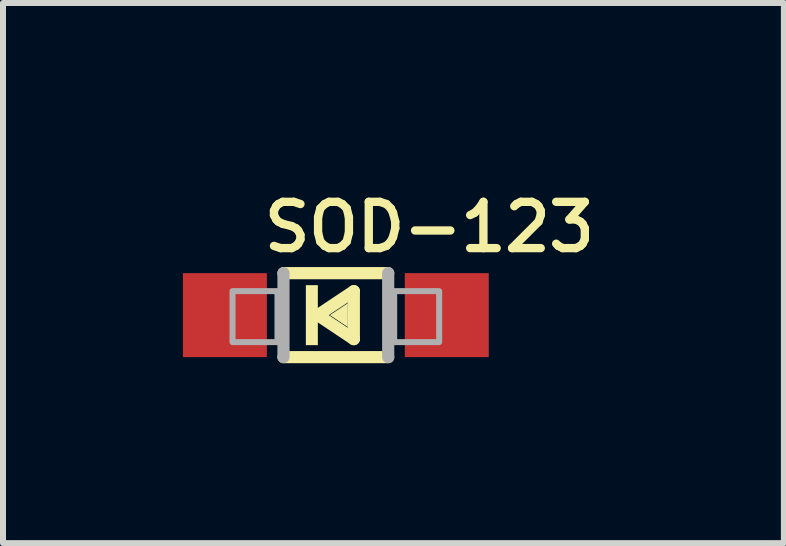
<source format=kicad_pcb>
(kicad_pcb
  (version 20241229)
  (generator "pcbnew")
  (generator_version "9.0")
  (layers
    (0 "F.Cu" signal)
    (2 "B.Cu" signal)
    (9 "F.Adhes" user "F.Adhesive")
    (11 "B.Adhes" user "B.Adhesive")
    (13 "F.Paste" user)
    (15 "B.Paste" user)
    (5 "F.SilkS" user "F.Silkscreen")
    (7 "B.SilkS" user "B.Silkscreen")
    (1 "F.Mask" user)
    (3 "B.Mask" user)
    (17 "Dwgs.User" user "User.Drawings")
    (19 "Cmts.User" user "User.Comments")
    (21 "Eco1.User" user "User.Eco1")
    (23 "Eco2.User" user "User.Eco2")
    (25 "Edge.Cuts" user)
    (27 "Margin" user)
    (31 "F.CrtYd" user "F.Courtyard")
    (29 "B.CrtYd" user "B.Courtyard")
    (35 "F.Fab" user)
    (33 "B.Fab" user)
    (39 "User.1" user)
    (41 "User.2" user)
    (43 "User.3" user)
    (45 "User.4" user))
  (footprint "SOD-123"
    (layer "F.Cu")
    (at 2.55 2.205)
    (property "Reference" "SOD-123" (at -1.27 -1.016 180) (layer "F.SilkS") (effects (font (size 0.772 0.772) (thickness 0.139)) (justify left bottom)))
    (attr through_hole)
    (fp_line (start -0.873 -0.7) (end 0.873 -0.7) (stroke (width 0.203) (type solid)) (layer "F.SilkS"))
    (fp_line (start -0.3 0) (end 0.3 -0.4) (stroke (width 0.203) (type solid)) (layer "F.SilkS"))
    (fp_line (start 0.3 -0.4) (end 0.3 0.4) (stroke (width 0.203) (type solid)) (layer "F.SilkS"))
    (fp_line (start 0.3 0.4) (end -0.3 0) (stroke (width 0.203) (type solid)) (layer "F.SilkS"))
    (fp_line (start 0.873 0.7) (end -0.873 0.7) (stroke (width 0.203) (type solid)) (layer "F.SilkS"))
    (fp_poly (pts (xy -0.1 0) (xy 0.2 -0.2) (xy 0.2 0.2)) (stroke (width 0) (type solid)) (fill yes) (layer "F.SilkS"))
    (fp_poly (pts (xy -0.5 0.5) (xy -0.3 0.5) (xy -0.3 -0.5) (xy -0.5 -0.5)) (stroke (width 0) (type solid)) (fill yes) (layer "F.SilkS"))
    (fp_line (start -0.873 0.7) (end -0.873 -0.7) (stroke (width 0.203) (type solid)) (layer "F.Fab"))
    (fp_line (start 0.873 -0.7) (end 0.873 0.7) (stroke (width 0.203) (type solid)) (layer "F.Fab"))
    (fp_poly (pts (xy -1.723 0.45) (xy -0.973 0.45) (xy -0.973 -0.4) (xy -1.723 -0.4)) (stroke (width 0.1) (type solid)) (fill no) (layer "F.Fab"))
    (fp_poly (pts (xy 0.973 0.45) (xy 1.723 0.45) (xy 1.723 -0.4) (xy 0.973 -0.4)) (stroke (width 0.1) (type solid)) (fill no) (layer "F.Fab"))
    (pad "A" smd rect (at 1.85 0 90) (size 1.4 1.4) (layers "F.Cu" "F.Mask" "F.Paste"))
    (pad "C" smd rect (at -1.85 0 90) (size 1.4 1.4) (layers "F.Cu" "F.Mask" "F.Paste")))
  (gr_rect
    (start -3 -3)
    (end 10.021 6.007)
    (stroke (width 0.1) (type default))
    (fill no)
    (layer "Edge.Cuts")))
</source>
